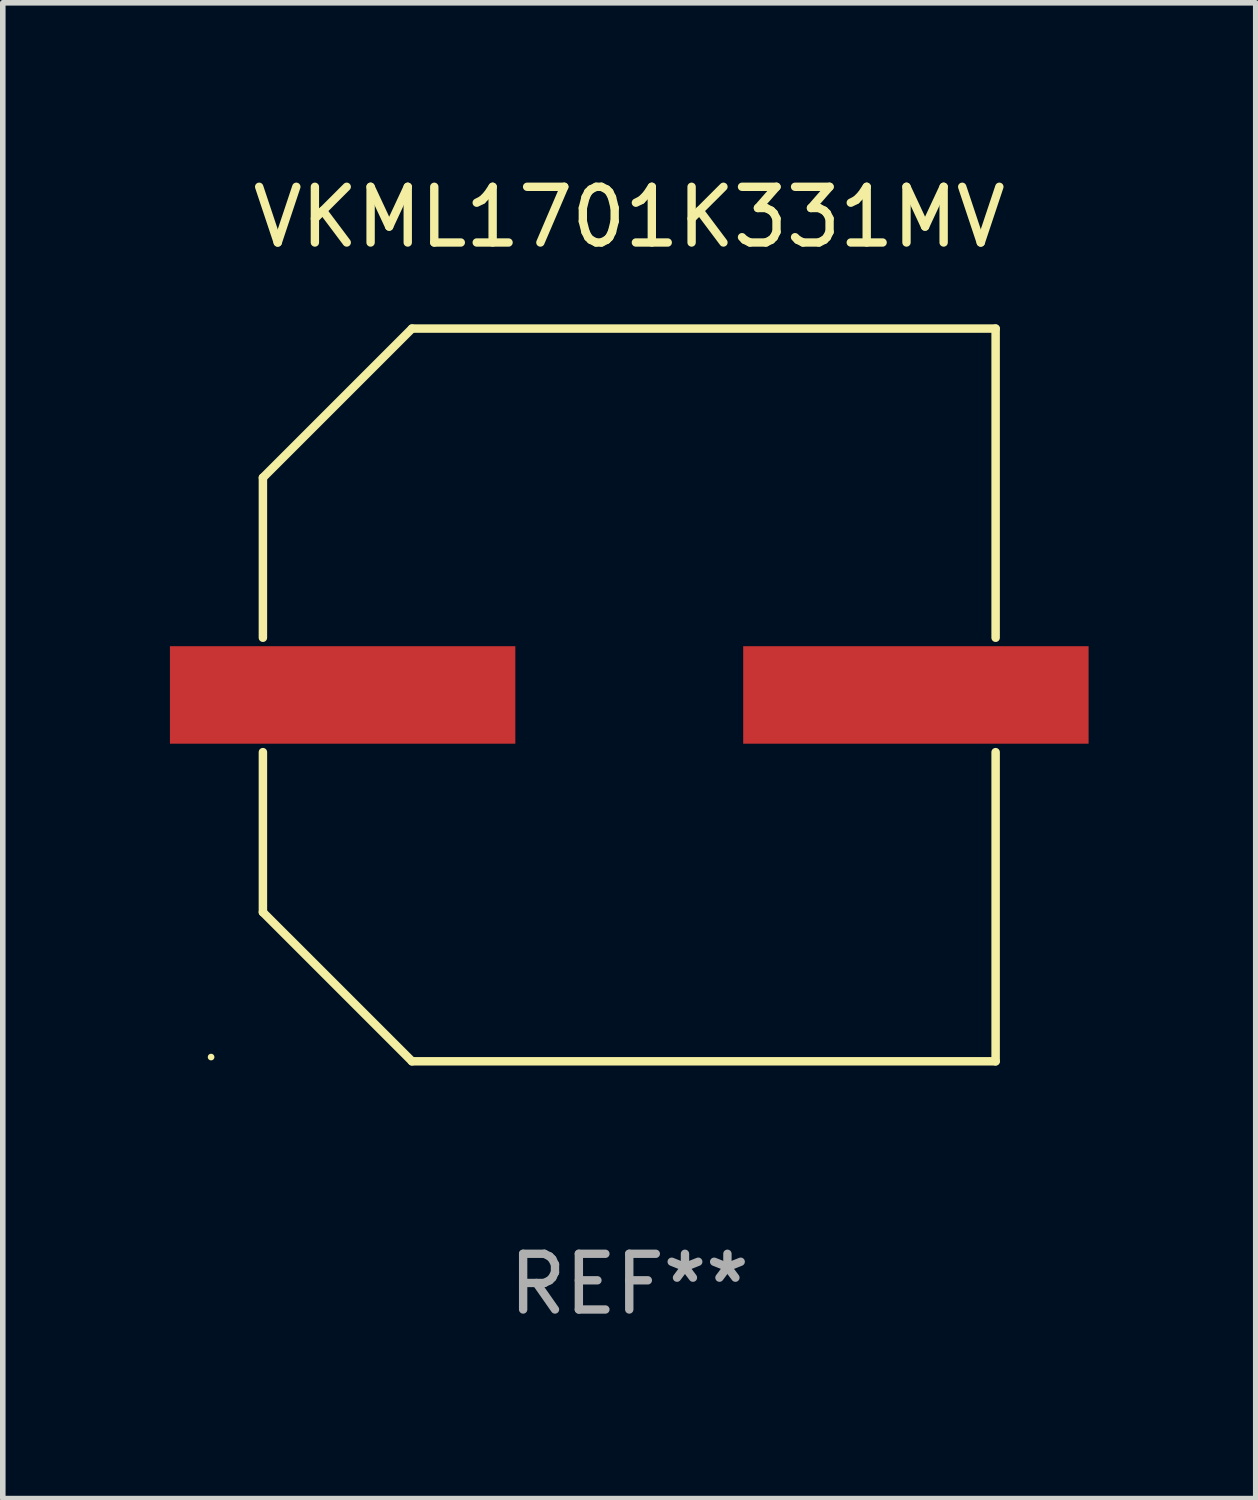
<source format=kicad_pcb>
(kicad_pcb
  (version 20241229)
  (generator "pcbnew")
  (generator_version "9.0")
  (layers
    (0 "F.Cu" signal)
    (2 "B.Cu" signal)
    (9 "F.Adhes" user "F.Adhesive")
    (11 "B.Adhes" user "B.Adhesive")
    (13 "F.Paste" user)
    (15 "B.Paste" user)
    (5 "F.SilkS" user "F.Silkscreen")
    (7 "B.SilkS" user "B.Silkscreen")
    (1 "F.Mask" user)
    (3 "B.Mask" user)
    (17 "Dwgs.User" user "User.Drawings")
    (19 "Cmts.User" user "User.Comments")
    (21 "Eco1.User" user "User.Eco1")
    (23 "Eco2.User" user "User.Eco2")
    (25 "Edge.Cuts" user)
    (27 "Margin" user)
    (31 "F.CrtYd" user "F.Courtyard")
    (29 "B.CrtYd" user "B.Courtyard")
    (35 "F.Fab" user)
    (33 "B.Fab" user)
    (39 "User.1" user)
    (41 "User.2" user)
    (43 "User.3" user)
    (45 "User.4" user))
  (footprint "VKML1701K331MV"
    (layer "F.Cu")
    (at 8.245 9.424)
    (property "Reference" "VKML1701K331MV" (at 0 -8.576 0) (layer "F.SilkS") (effects (font (size 1 1) (thickness 0.15))))
    (attr through_hole)
    (fp_line (start -6.576 -3.9) (end -6.576 -1.027) (stroke (width 0.152) (type solid)) (layer "F.SilkS"))
    (fp_line (start -6.576 3.9) (end -6.576 1.027) (stroke (width 0.152) (type solid)) (layer "F.SilkS"))
    (fp_line (start -3.9 -6.576) (end -6.576 -3.9) (stroke (width 0.152) (type solid)) (layer "F.SilkS"))
    (fp_line (start -3.9 6.576) (end -6.576 3.9) (stroke (width 0.152) (type solid)) (layer "F.SilkS"))
    (fp_line (start 6.576 -6.576) (end -3.9 -6.576) (stroke (width 0.152) (type solid)) (layer "F.SilkS"))
    (fp_line (start 6.576 -1.027) (end 6.576 -6.576) (stroke (width 0.152) (type solid)) (layer "F.SilkS"))
    (fp_line (start 6.576 1.027) (end 6.576 6.576) (stroke (width 0.152) (type solid)) (layer "F.SilkS"))
    (fp_line (start 6.576 6.576) (end -3.9 6.576) (stroke (width 0.152) (type solid)) (layer "F.SilkS"))
    (fp_circle (center -7.506 6.5) (end -7.476 6.5) (stroke (width 0.06) (type solid)) (fill no) (layer "F.SilkS"))
    (fp_text user "REF**" (at 0 10.576 0) (layer "F.Fab") (effects (font (size 1 1) (thickness 0.15))))
    (pad "1" smd rect (at -5.145 0) (size 6.2 1.75) (layers "F.Cu" "F.Mask" "F.Paste"))
    (pad "2" smd rect (at 5.145 0) (size 6.2 1.75) (layers "F.Cu" "F.Mask" "F.Paste")))
  (gr_rect
    (start -3 -3)
    (end 19.49 23.849)
    (stroke (width 0.1) (type default))
    (fill no)
    (layer "Edge.Cuts")))
</source>
